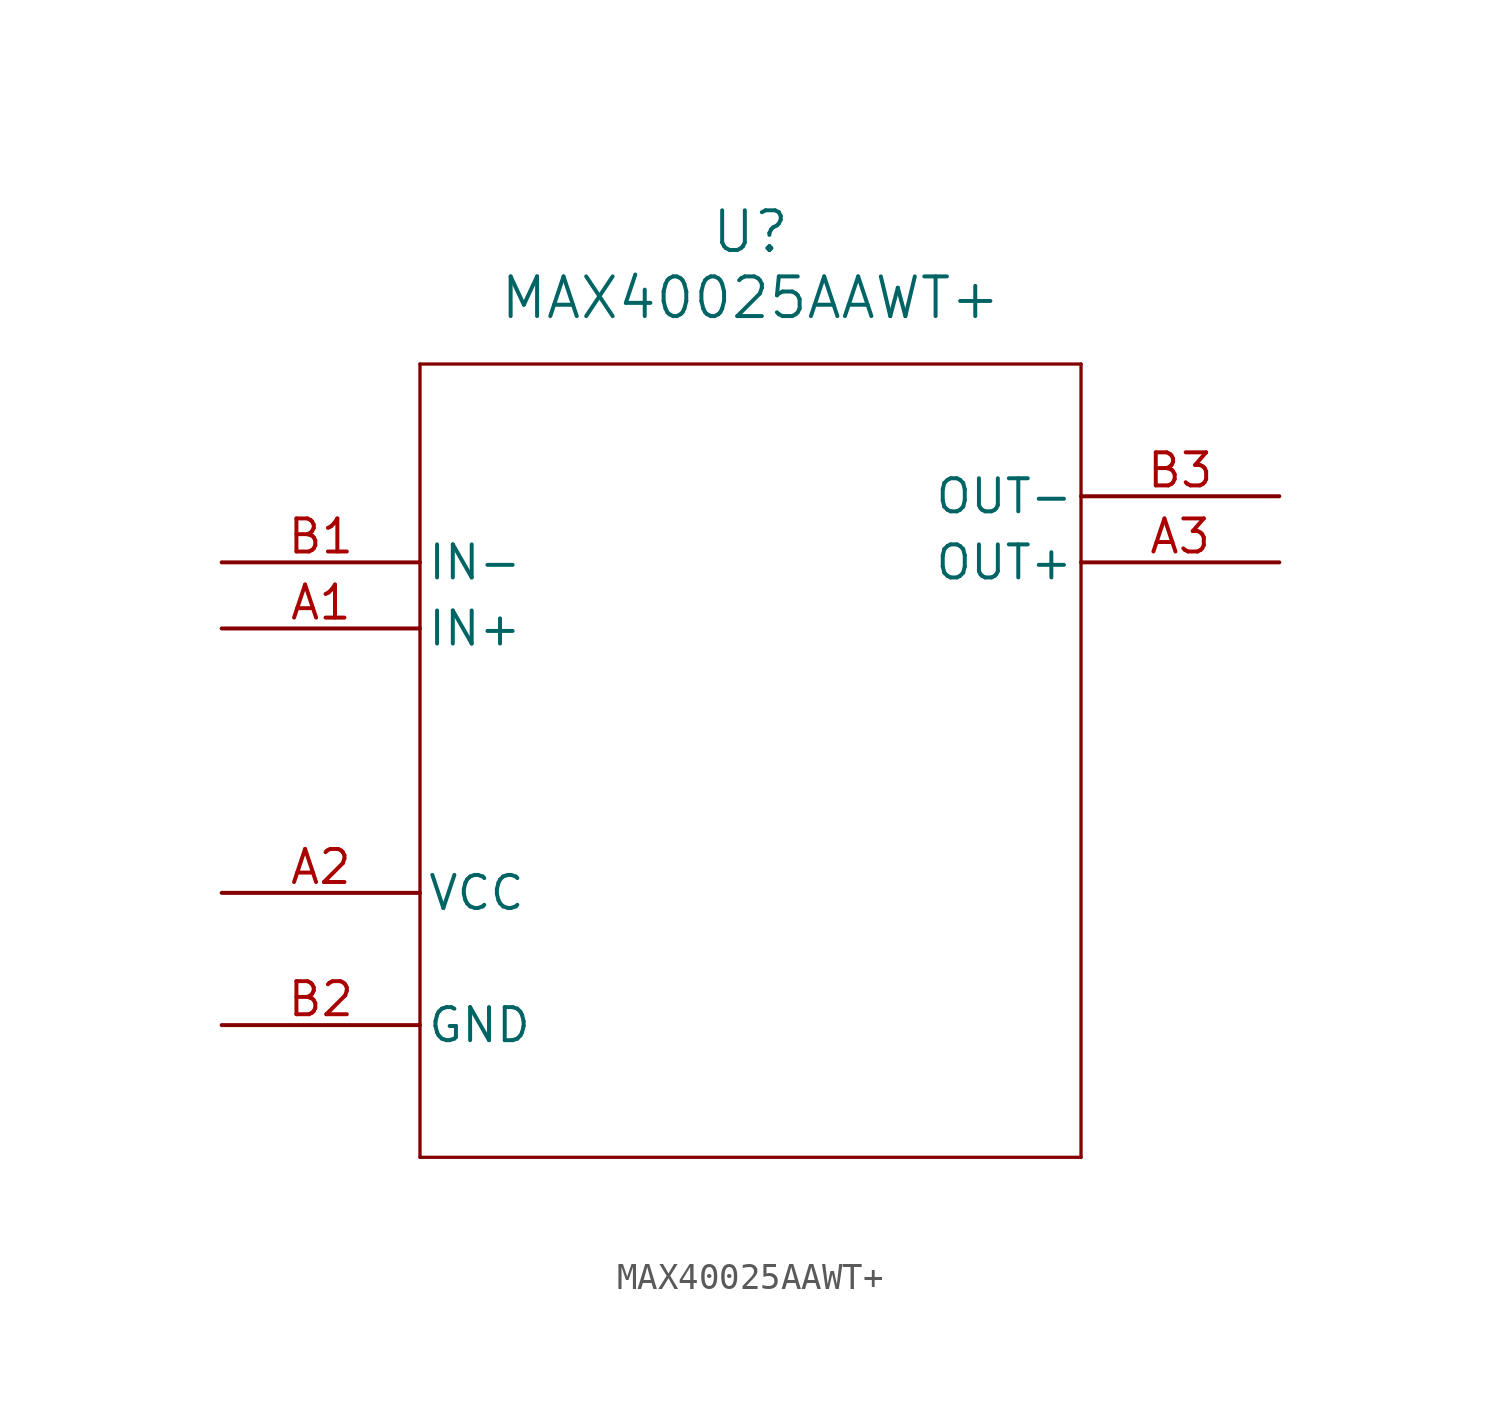
<source format=kicad_sym>
(kicad_symbol_lib
  (version 20211014)
  (generator kicad_symbol_editor)
  (symbol "MAX40025AAWT+"
    (pin_names
      (offset 0.254))
    (property "Reference" "U"
      (at 20.32 12.7 0)
      (effects (font (size 1.524 1.524))))
    (property "Value" "MAX40025AAWT+"
      (at 20.32 10.16 0)
      (effects (font (size 1.524 1.524))))
    (symbol "MAX40025AAWT+_0_1"
      (polyline (pts (xy 7.62 7.62) (xy 7.62 -22.86)) (stroke (width 0.127) (type default) (color 0 0 0 0)) (fill (type none)))
      (polyline (pts (xy 7.62 -22.86) (xy 33.02 -22.86)) (stroke (width 0.127) (type default) (color 0 0 0 0)) (fill (type none)))
      (polyline (pts (xy 33.02 -22.86) (xy 33.02 7.62)) (stroke (width 0.127) (type default) (color 0 0 0 0)) (fill (type none)))
      (polyline (pts (xy 33.02 7.62) (xy 7.62 7.62)) (stroke (width 0.127) (type default) (color 0 0 0 0)) (fill (type none)))
      (pin input line (at 0 -2.54 0) (length 7.62) (name "IN+" (effects (font (size 1.27 1.27)))) (number "A1" (effects (font (size 1.27 1.27)))))
      (pin power_in line (at 0 -12.7 0) (length 7.62) (name "VCC" (effects (font (size 1.27 1.27)))) (number "A2" (effects (font (size 1.27 1.27)))))
      (pin output line (at 40.64 0 180) (length 7.62) (name "OUT+" (effects (font (size 1.27 1.27)))) (number "A3" (effects (font (size 1.27 1.27)))))
      (pin input line (at 0 0 0) (length 7.62) (name "IN-" (effects (font (size 1.27 1.27)))) (number "B1" (effects (font (size 1.27 1.27)))))
      (pin power_out line (at 0 -17.78 0) (length 7.62) (name "GND" (effects (font (size 1.27 1.27)))) (number "B2" (effects (font (size 1.27 1.27)))))
      (pin output line (at 40.64 2.54 180) (length 7.62) (name "OUT-" (effects (font (size 1.27 1.27)))) (number "B3" (effects (font (size 1.27 1.27))))))))
</source>
